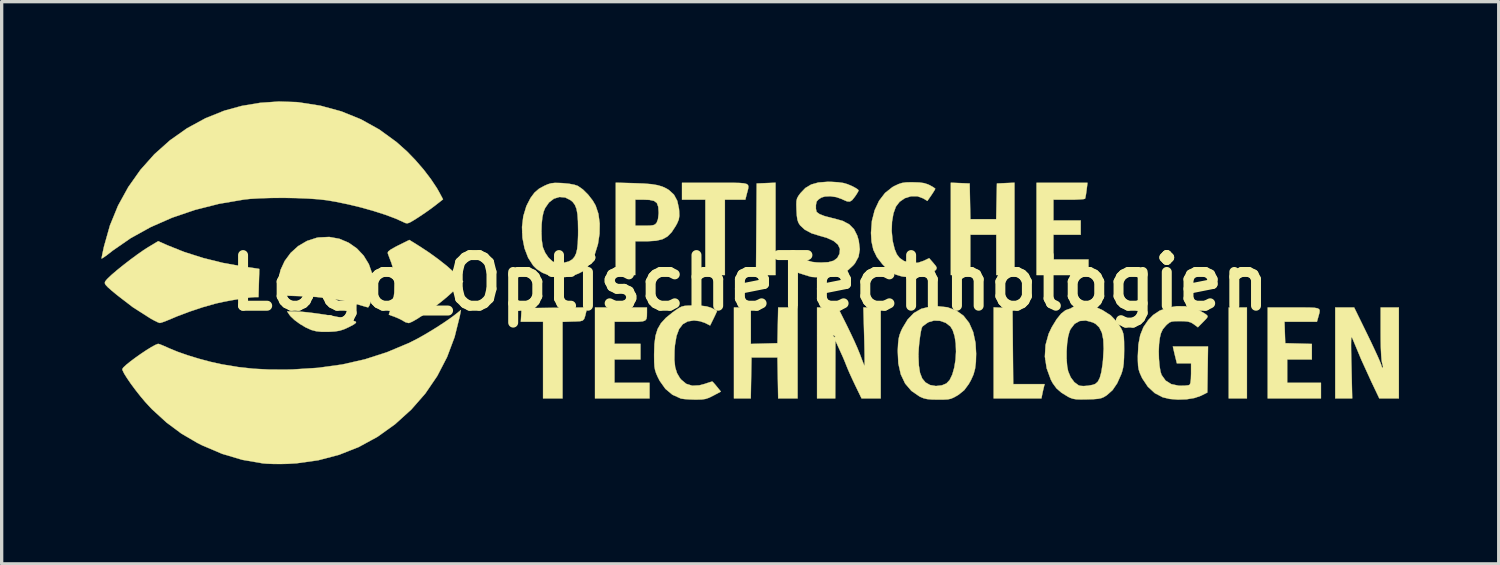
<source format=kicad_pcb>
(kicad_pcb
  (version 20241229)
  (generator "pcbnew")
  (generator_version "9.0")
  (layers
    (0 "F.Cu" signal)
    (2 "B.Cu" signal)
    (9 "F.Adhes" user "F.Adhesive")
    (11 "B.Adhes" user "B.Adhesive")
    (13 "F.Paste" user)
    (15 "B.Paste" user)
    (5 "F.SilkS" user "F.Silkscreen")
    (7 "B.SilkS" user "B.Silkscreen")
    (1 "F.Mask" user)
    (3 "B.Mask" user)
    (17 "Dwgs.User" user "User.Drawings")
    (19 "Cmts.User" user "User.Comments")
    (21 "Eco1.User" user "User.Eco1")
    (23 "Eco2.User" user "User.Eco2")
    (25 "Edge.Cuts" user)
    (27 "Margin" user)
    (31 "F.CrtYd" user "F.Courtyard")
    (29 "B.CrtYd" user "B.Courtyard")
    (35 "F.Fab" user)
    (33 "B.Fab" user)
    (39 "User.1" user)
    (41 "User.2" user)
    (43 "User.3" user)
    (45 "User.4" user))
  (footprint "Logo_OptischeTechnologien"
    (layer "F.Cu")
    (at 19.504 5.46)
    (property "Reference" "Logo_OptischeTechnologien" (at 0 0 0) (layer "F.SilkS") (effects (font (size 1.524 1.524) (thickness 0.3))))
    (attr through_hole)
    (fp_poly (pts (xy 14.966 3.478) (xy 14.419 3.478) (xy 14.419 0.742) (xy 14.966 0.742) (xy 14.966 3.478)) (stroke (width 0.01) (type solid)) (fill yes) (layer "F.SilkS"))
    (fp_poly (pts (xy 0.782 -0.234) (xy 0.194 -0.234) (xy 0.205 -1.612) (xy 0.215 -2.989) (xy 0.782 -3.012) (xy 0.782 -0.234)) (stroke (width 0.01) (type solid)) (fill yes) (layer "F.SilkS"))
    (fp_poly (pts (xy 7.63 0.751) (xy 7.913 0.762) (xy 7.923 1.905) (xy 7.934 3.048) (xy 8.879 3.048) (xy 8.853 3.15) (xy 8.825 3.27) (xy 8.805 3.365) (xy 8.783 3.478) (xy 7.346 3.478) (xy 7.346 0.739) (xy 7.63 0.751)) (stroke (width 0.01) (type solid)) (fill yes) (layer "F.SilkS"))
    (fp_poly (pts (xy 7.972 -0.234) (xy 7.425 -0.234) (xy 7.425 -1.446) (xy 6.643 -1.446) (xy 6.643 -0.234) (xy 6.057 -0.234) (xy 6.057 -3.012) (xy 6.624 -2.989) (xy 6.645 -1.915) (xy 7.422 -1.915) (xy 7.444 -2.989) (xy 7.708 -3.001) (xy 7.972 -3.012) (xy 7.972 -0.234)) (stroke (width 0.01) (type solid)) (fill yes) (layer "F.SilkS"))
    (fp_poly (pts (xy 0.039 1.839) (xy 0.44 1.828) (xy 0.84 1.817) (xy 0.862 0.742) (xy 1.446 0.742) (xy 1.446 3.478) (xy 0.862 3.478) (xy 0.851 2.862) (xy 0.84 2.247) (xy 0.059 2.247) (xy 0.048 2.862) (xy 0.037 3.478) (xy -0.469 3.478) (xy -0.469 0.742) (xy 0.039 0.742) (xy 0.039 1.839)) (stroke (width 0.01) (type solid)) (fill yes) (layer "F.SilkS"))
    (fp_poly (pts (xy -4.91 0.849) (xy -4.946 0.997) (xy -4.977 1.088) (xy -5.021 1.135) (xy -5.098 1.155) (xy -5.225 1.162) (xy -5.307 1.164) (xy -5.627 1.175) (xy -5.627 3.478) (xy -6.213 3.478) (xy -6.213 1.172) (xy -6.882 1.172) (xy -6.87 0.967) (xy -6.858 0.762) (xy -5.87 0.752) (xy -4.883 0.741) (xy -4.91 0.849)) (stroke (width 0.01) (type solid)) (fill yes) (layer "F.SilkS"))
    (fp_poly (pts (xy -0.479 -3.009) (xy -0.298 -3.005) (xy -0.171 -2.994) (xy -0.09 -2.974) (xy -0.047 -2.942) (xy -0.034 -2.895) (xy -0.042 -2.83) (xy -0.064 -2.744) (xy -0.083 -2.675) (xy -0.127 -2.501) (xy -0.742 -2.501) (xy -0.742 -0.234) (xy -1.329 -0.234) (xy -1.329 -2.501) (xy -2.032 -2.501) (xy -2.032 -3.009) (xy -1.036 -3.009) (xy -0.722 -3.009) (xy -0.479 -3.009)) (stroke (width 0.01) (type solid)) (fill yes) (layer "F.SilkS"))
    (fp_poly (pts (xy -3.087 0.896) (xy -3.089 1.008) (xy -3.102 1.085) (xy -3.14 1.133) (xy -3.214 1.159) (xy -3.338 1.17) (xy -3.523 1.172) (xy -3.599 1.172) (xy -4.064 1.172) (xy -4.064 1.837) (xy -3.282 1.837) (xy -3.282 2.306) (xy -4.064 2.306) (xy -4.064 3.009) (xy -3.009 3.009) (xy -3.009 3.478) (xy -4.65 3.478) (xy -4.65 0.742) (xy -3.087 0.742) (xy -3.087 0.896)) (stroke (width 0.01) (type solid)) (fill yes) (layer "F.SilkS"))
    (fp_poly (pts (xy 10.141 -2.784) (xy 10.123 -2.658) (xy 10.105 -2.564) (xy 10.095 -2.53) (xy 10.051 -2.519) (xy 9.945 -2.51) (xy 9.793 -2.503) (xy 9.611 -2.501) (xy 9.144 -2.501) (xy 9.144 -1.876) (xy 9.965 -1.876) (xy 9.965 -1.446) (xy 9.144 -1.446) (xy 9.144 -0.703) (xy 10.199 -0.703) (xy 10.199 -0.234) (xy 8.636 -0.234) (xy 8.636 -3.009) (xy 10.169 -3.009) (xy 10.141 -2.784)) (stroke (width 0.01) (type solid)) (fill yes) (layer "F.SilkS"))
    (fp_poly (pts (xy 16.851 0.744) (xy 16.996 0.751) (xy 17.089 0.766) (xy 17.139 0.794) (xy 17.156 0.837) (xy 17.149 0.899) (xy 17.126 0.984) (xy 17.114 1.026) (xy 17.073 1.172) (xy 16.097 1.172) (xy 16.108 1.495) (xy 16.119 1.817) (xy 16.52 1.828) (xy 16.92 1.839) (xy 16.92 2.306) (xy 16.178 2.306) (xy 16.178 3.009) (xy 17.194 3.009) (xy 17.194 3.478) (xy 15.592 3.478) (xy 15.592 0.742) (xy 16.373 0.742) (xy 16.647 0.742) (xy 16.851 0.744)) (stroke (width 0.01) (type solid)) (fill yes) (layer "F.SilkS"))
    (fp_poly (pts (xy -13.522 0.867) (xy -13.3 0.888) (xy -13.051 0.919) (xy -12.789 0.957) (xy -12.53 1.001) (xy -12.29 1.048) (xy -12.083 1.095) (xy -11.926 1.139) (xy -11.845 1.172) (xy -11.842 1.202) (xy -11.908 1.253) (xy -12.046 1.327) (xy -12.055 1.331) (xy -12.206 1.4) (xy -12.337 1.441) (xy -12.481 1.464) (xy -12.656 1.474) (xy -12.872 1.475) (xy -13.039 1.457) (xy -13.187 1.418) (xy -13.191 1.416) (xy -13.357 1.341) (xy -13.532 1.236) (xy -13.692 1.119) (xy -13.813 1.004) (xy -13.849 0.957) (xy -13.913 0.86) (xy -13.699 0.86) (xy -13.522 0.867)) (stroke (width 0.01) (type solid)) (fill yes) (layer "F.SilkS"))
    (fp_poly (pts (xy -12.343 -1.325) (xy -12.064 -1.207) (xy -11.818 -1.036) (xy -11.612 -0.818) (xy -11.455 -0.561) (xy -11.354 -0.273) (xy -11.316 0.038) (xy -11.332 0.261) (xy -11.363 0.429) (xy -11.4 0.575) (xy -11.439 0.683) (xy -11.473 0.736) (xy -11.483 0.738) (xy -11.53 0.726) (xy -11.632 0.697) (xy -11.769 0.656) (xy -11.808 0.644) (xy -12.189 0.545) (xy -12.592 0.474) (xy -13.034 0.426) (xy -13.49 0.402) (xy -14.143 0.38) (xy -14.169 0.206) (xy -14.176 -0.093) (xy -14.113 -0.384) (xy -13.988 -0.656) (xy -13.808 -0.9) (xy -13.582 -1.105) (xy -13.317 -1.26) (xy -13.021 -1.356) (xy -12.967 -1.365) (xy -12.647 -1.38) (xy -12.343 -1.325)) (stroke (width 0.01) (type solid)) (fill yes) (layer "F.SilkS"))
    (fp_poly (pts (xy 18.59 1.553) (xy 18.705 1.791) (xy 18.809 2.012) (xy 18.897 2.203) (xy 18.963 2.353) (xy 19.002 2.45) (xy 19.01 2.476) (xy 19.033 2.548) (xy 19.056 2.567) (xy 19.056 2.566) (xy 19.06 2.518) (xy 19.039 2.43) (xy 19.035 2.419) (xy 19.019 2.332) (xy 19.007 2.178) (xy 18.997 1.965) (xy 18.992 1.704) (xy 18.991 1.518) (xy 18.991 0.742) (xy 19.538 0.742) (xy 19.538 3.478) (xy 18.95 3.478) (xy 18.713 2.98) (xy 18.407 2.31) (xy 18.144 1.68) (xy 18.127 1.645) (xy 18.115 1.64) (xy 18.106 1.672) (xy 18.102 1.748) (xy 18.1 1.876) (xy 18.102 2.063) (xy 18.107 2.316) (xy 18.112 2.511) (xy 18.134 3.478) (xy 17.624 3.478) (xy 17.624 0.742) (xy 18.193 0.742) (xy 18.59 1.553)) (stroke (width 0.01) (type solid)) (fill yes) (layer "F.SilkS"))
    (fp_poly (pts (xy -9.926 -1.097) (xy -9.639 -0.908) (xy -9.355 -0.702) (xy -9.093 -0.494) (xy -8.875 -0.299) (xy -8.812 -0.237) (xy -8.618 -0.037) (xy -8.952 0.288) (xy -9.096 0.418) (xy -9.269 0.562) (xy -9.459 0.709) (xy -9.653 0.852) (xy -9.841 0.981) (xy -10.009 1.089) (xy -10.146 1.167) (xy -10.239 1.207) (xy -10.261 1.21) (xy -10.352 1.186) (xy -10.411 1.152) (xy -10.492 1.105) (xy -10.611 1.05) (xy -10.665 1.029) (xy -10.77 0.99) (xy -10.839 0.964) (xy -10.853 0.958) (xy -10.844 0.922) (xy -10.813 0.835) (xy -10.776 0.74) (xy -10.72 0.537) (xy -10.689 0.286) (xy -10.683 0.013) (xy -10.701 -0.256) (xy -10.744 -0.494) (xy -10.779 -0.606) (xy -10.83 -0.737) (xy -10.87 -0.845) (xy -10.888 -0.899) (xy -10.872 -0.942) (xy -10.798 -1) (xy -10.659 -1.079) (xy -10.572 -1.124) (xy -10.237 -1.29) (xy -9.926 -1.097)) (stroke (width 0.01) (type solid)) (fill yes) (layer "F.SilkS"))
    (fp_poly (pts (xy -3.468 -2.998) (xy -3.177 -2.987) (xy -2.949 -2.968) (xy -2.769 -2.938) (xy -2.623 -2.895) (xy -2.496 -2.835) (xy -2.424 -2.79) (xy -2.274 -2.652) (xy -2.175 -2.468) (xy -2.123 -2.227) (xy -2.118 -2.162) (xy -2.113 -2.013) (xy -2.13 -1.903) (xy -2.178 -1.79) (xy -2.222 -1.71) (xy -2.343 -1.524) (xy -2.471 -1.394) (xy -2.622 -1.311) (xy -2.813 -1.266) (xy -3.06 -1.251) (xy -3.105 -1.25) (xy -3.439 -1.25) (xy -3.439 -0.234) (xy -4.025 -0.234) (xy -4.025 -2.501) (xy -3.439 -2.501) (xy -3.439 -1.719) (xy -3.148 -1.719) (xy -2.994 -1.722) (xy -2.898 -1.734) (xy -2.84 -1.759) (xy -2.799 -1.803) (xy -2.796 -1.806) (xy -2.755 -1.914) (xy -2.736 -2.076) (xy -2.735 -2.119) (xy -2.747 -2.288) (xy -2.788 -2.4) (xy -2.873 -2.465) (xy -3.012 -2.495) (xy -3.165 -2.501) (xy -3.439 -2.501) (xy -4.025 -2.501) (xy -4.025 -3.013) (xy -3.468 -2.998)) (stroke (width 0.01) (type solid)) (fill yes) (layer "F.SilkS"))
    (fp_poly (pts (xy 2.934 1.295) (xy 3.041 1.516) (xy 3.147 1.741) (xy 3.24 1.95) (xy 3.31 2.12) (xy 3.327 2.163) (xy 3.381 2.308) (xy 3.426 2.422) (xy 3.454 2.487) (xy 3.459 2.495) (xy 3.462 2.462) (xy 3.463 2.362) (xy 3.462 2.205) (xy 3.459 2.003) (xy 3.454 1.765) (xy 3.45 1.626) (xy 3.426 0.742) (xy 3.947 0.742) (xy 3.947 3.478) (xy 3.371 3.478) (xy 3.186 3.097) (xy 3.1 2.915) (xy 3.018 2.737) (xy 2.953 2.587) (xy 2.926 2.52) (xy 2.883 2.412) (xy 2.843 2.314) (xy 2.796 2.205) (xy 2.732 2.064) (xy 2.664 1.915) (xy 2.584 1.739) (xy 2.582 2.608) (xy 2.579 3.478) (xy 2.032 3.478) (xy 2.032 1.574) (xy 2.507 1.574) (xy 2.517 1.596) (xy 2.556 1.638) (xy 2.579 1.629) (xy 2.579 1.624) (xy 2.551 1.591) (xy 2.534 1.579) (xy 2.507 1.574) (xy 2.032 1.574) (xy 2.032 0.742) (xy 2.657 0.742) (xy 2.934 1.295)) (stroke (width 0.01) (type solid)) (fill yes) (layer "F.SilkS"))
    (fp_poly (pts (xy -17.527 -1.134) (xy -17.009 -0.927) (xy -16.44 -0.746) (xy -15.846 -0.599) (xy -15.251 -0.492) (xy -15.203 -0.485) (xy -15.027 -0.46) (xy -14.882 -0.439) (xy -14.786 -0.424) (xy -14.752 -0.417) (xy -14.753 -0.378) (xy -14.755 -0.277) (xy -14.76 -0.13) (xy -14.764 0.01) (xy -14.776 0.43) (xy -14.881 0.43) (xy -15.002 0.438) (xy -15.179 0.46) (xy -15.391 0.492) (xy -15.617 0.531) (xy -15.836 0.573) (xy -16.027 0.615) (xy -16.08 0.628) (xy -16.453 0.734) (xy -16.846 0.865) (xy -17.221 1.006) (xy -17.395 1.08) (xy -17.54 1.14) (xy -17.66 1.185) (xy -17.736 1.207) (xy -17.747 1.208) (xy -17.806 1.187) (xy -17.909 1.137) (xy -18.033 1.068) (xy -18.556 0.734) (xy -19.034 0.367) (xy -19.2 0.229) (xy -19.312 0.13) (xy -19.377 0.06) (xy -19.401 0.007) (xy -19.39 -0.039) (xy -19.351 -0.089) (xy -19.32 -0.123) (xy -19.203 -0.235) (xy -19.037 -0.377) (xy -18.84 -0.536) (xy -18.629 -0.699) (xy -18.419 -0.854) (xy -18.229 -0.986) (xy -18.104 -1.066) (xy -17.793 -1.253) (xy -17.527 -1.134)) (stroke (width 0.01) (type solid)) (fill yes) (layer "F.SilkS"))
    (fp_poly (pts (xy 4.921 -3.025) (xy 5.113 -3.019) (xy 5.254 -2.999) (xy 5.368 -2.962) (xy 5.422 -2.937) (xy 5.519 -2.883) (xy 5.579 -2.841) (xy 5.588 -2.83) (xy 5.568 -2.788) (xy 5.515 -2.704) (xy 5.47 -2.636) (xy 5.351 -2.464) (xy 5.225 -2.541) (xy 5.051 -2.605) (xy 4.861 -2.605) (xy 4.676 -2.548) (xy 4.515 -2.438) (xy 4.404 -2.293) (xy 4.33 -2.089) (xy 4.287 -1.837) (xy 4.277 -1.562) (xy 4.303 -1.288) (xy 4.314 -1.228) (xy 4.368 -1.011) (xy 4.432 -0.857) (xy 4.517 -0.747) (xy 4.632 -0.666) (xy 4.653 -0.655) (xy 4.855 -0.594) (xy 5.072 -0.605) (xy 5.244 -0.664) (xy 5.405 -0.741) (xy 5.532 -0.595) (xy 5.606 -0.505) (xy 5.632 -0.45) (xy 5.618 -0.406) (xy 5.599 -0.382) (xy 5.473 -0.29) (xy 5.292 -0.221) (xy 5.076 -0.179) (xy 4.845 -0.166) (xy 4.62 -0.187) (xy 4.561 -0.199) (xy 4.393 -0.251) (xy 4.25 -0.328) (xy 4.108 -0.447) (xy 3.995 -0.564) (xy 3.832 -0.774) (xy 3.726 -0.993) (xy 3.67 -1.243) (xy 3.655 -1.504) (xy 3.682 -1.861) (xy 3.765 -2.185) (xy 3.898 -2.469) (xy 4.077 -2.703) (xy 4.297 -2.878) (xy 4.356 -2.911) (xy 4.481 -2.97) (xy 4.589 -3.005) (xy 4.707 -3.022) (xy 4.867 -3.026) (xy 4.921 -3.025)) (stroke (width 0.01) (type solid)) (fill yes) (layer "F.SilkS"))
    (fp_poly (pts (xy -13.63 -5.438) (xy -13.579 -5.433) (xy -12.911 -5.329) (xy -12.282 -5.158) (xy -11.692 -4.919) (xy -11.14 -4.612) (xy -10.625 -4.237) (xy -10.303 -3.95) (xy -10.051 -3.689) (xy -9.807 -3.407) (xy -9.589 -3.121) (xy -9.41 -2.853) (xy -9.341 -2.732) (xy -9.223 -2.512) (xy -9.449 -2.335) (xy -9.591 -2.228) (xy -9.768 -2.103) (xy -9.944 -1.985) (xy -9.982 -1.96) (xy -10.127 -1.869) (xy -10.224 -1.814) (xy -10.289 -1.791) (xy -10.34 -1.794) (xy -10.395 -1.817) (xy -10.403 -1.821) (xy -10.647 -1.932) (xy -10.953 -2.047) (xy -11.303 -2.159) (xy -11.68 -2.266) (xy -12.068 -2.36) (xy -12.45 -2.439) (xy -12.72 -2.485) (xy -12.975 -2.514) (xy -13.289 -2.536) (xy -13.64 -2.55) (xy -14.009 -2.556) (xy -14.376 -2.554) (xy -14.721 -2.544) (xy -15.024 -2.526) (xy -15.21 -2.506) (xy -15.961 -2.378) (xy -16.685 -2.195) (xy -17.375 -1.96) (xy -18.022 -1.676) (xy -18.619 -1.346) (xy -19.157 -0.974) (xy -19.209 -0.933) (xy -19.333 -0.837) (xy -19.431 -0.767) (xy -19.488 -0.733) (xy -19.499 -0.732) (xy -19.49 -0.781) (xy -19.469 -0.888) (xy -19.438 -1.032) (xy -19.423 -1.099) (xy -19.246 -1.726) (xy -19.002 -2.322) (xy -18.694 -2.881) (xy -18.328 -3.399) (xy -17.908 -3.87) (xy -17.438 -4.289) (xy -16.923 -4.652) (xy -16.367 -4.954) (xy -15.806 -5.179) (xy -15.281 -5.323) (xy -14.726 -5.416) (xy -14.167 -5.455) (xy -13.63 -5.438)) (stroke (width 0.01) (type solid)) (fill yes) (layer "F.SilkS"))
    (fp_poly (pts (xy -1.453 0.69) (xy -1.296 0.709) (xy -1.171 0.746) (xy -1.142 0.758) (xy -1.044 0.805) (xy -0.985 0.838) (xy -0.977 0.845) (xy -0.993 0.884) (xy -1.034 0.973) (xy -1.081 1.071) (xy -1.186 1.284) (xy -1.334 1.209) (xy -1.491 1.155) (xy -1.668 1.133) (xy -1.676 1.133) (xy -1.861 1.161) (xy -2.008 1.245) (xy -2.12 1.391) (xy -2.198 1.6) (xy -2.245 1.878) (xy -2.257 2.041) (xy -2.261 2.32) (xy -2.238 2.54) (xy -2.183 2.717) (xy -2.095 2.867) (xy -2.056 2.914) (xy -1.905 3.04) (xy -1.724 3.096) (xy -1.51 3.085) (xy -1.359 3.045) (xy -1.239 3.005) (xy -1.152 2.978) (xy -1.121 2.97) (xy -1.091 2.998) (xy -1.029 3.068) (xy -0.985 3.122) (xy -0.863 3.273) (xy -1.092 3.395) (xy -1.216 3.457) (xy -1.321 3.493) (xy -1.436 3.51) (xy -1.591 3.514) (xy -1.647 3.514) (xy -1.812 3.508) (xy -1.957 3.498) (xy -2.057 3.484) (xy -2.071 3.48) (xy -2.321 3.367) (xy -2.531 3.191) (xy -2.704 2.948) (xy -2.763 2.833) (xy -2.811 2.723) (xy -2.842 2.627) (xy -2.861 2.521) (xy -2.869 2.386) (xy -2.871 2.199) (xy -2.871 2.149) (xy -2.862 1.841) (xy -2.829 1.593) (xy -2.766 1.39) (xy -2.665 1.216) (xy -2.517 1.054) (xy -2.314 0.889) (xy -2.213 0.817) (xy -2.119 0.754) (xy -2.04 0.715) (xy -1.953 0.694) (xy -1.834 0.685) (xy -1.665 0.684) (xy -1.453 0.69)) (stroke (width 0.01) (type solid)) (fill yes) (layer "F.SilkS"))
    (fp_poly (pts (xy -8.717 0.994) (xy -8.875 1.631) (xy -9.102 2.235) (xy -9.397 2.804) (xy -9.757 3.332) (xy -10.177 3.812) (xy -10.669 4.257) (xy -11.196 4.634) (xy -11.758 4.94) (xy -12.352 5.175) (xy -12.977 5.339) (xy -13.632 5.431) (xy -13.896 5.447) (xy -14.114 5.452) (xy -14.337 5.45) (xy -14.534 5.442) (xy -14.643 5.433) (xy -15.262 5.326) (xy -15.869 5.146) (xy -16.471 4.89) (xy -16.612 4.819) (xy -17.095 4.537) (xy -17.544 4.203) (xy -17.977 3.807) (xy -18.042 3.739) (xy -18.183 3.586) (xy -18.331 3.41) (xy -18.477 3.225) (xy -18.613 3.042) (xy -18.728 2.874) (xy -18.816 2.734) (xy -18.866 2.632) (xy -18.874 2.597) (xy -18.843 2.549) (xy -18.758 2.469) (xy -18.634 2.369) (xy -18.483 2.256) (xy -18.319 2.14) (xy -18.156 2.031) (xy -18.006 1.938) (xy -17.884 1.871) (xy -17.803 1.838) (xy -17.79 1.837) (xy -17.739 1.852) (xy -17.637 1.893) (xy -17.503 1.952) (xy -17.462 1.971) (xy -17.209 2.075) (xy -16.903 2.182) (xy -16.566 2.285) (xy -16.222 2.377) (xy -15.895 2.45) (xy -15.862 2.456) (xy -15.391 2.534) (xy -14.927 2.585) (xy -14.446 2.61) (xy -13.923 2.611) (xy -13.756 2.607) (xy -12.984 2.558) (xy -12.26 2.458) (xy -11.573 2.302) (xy -10.911 2.089) (xy -10.26 1.816) (xy -10.18 1.777) (xy -9.947 1.657) (xy -9.683 1.505) (xy -9.409 1.337) (xy -9.148 1.166) (xy -8.921 1.006) (xy -8.807 0.917) (xy -8.685 0.818) (xy -8.717 0.994)) (stroke (width 0.01) (type solid)) (fill yes) (layer "F.SilkS"))
    (fp_poly (pts (xy 13.125 0.707) (xy 13.374 0.761) (xy 13.462 0.797) (xy 13.588 0.861) (xy 13.694 0.923) (xy 13.736 0.951) (xy 13.776 0.988) (xy 13.783 1.023) (xy 13.748 1.075) (xy 13.664 1.163) (xy 13.652 1.175) (xy 13.491 1.338) (xy 13.366 1.245) (xy 13.284 1.195) (xy 13.194 1.167) (xy 13.07 1.155) (xy 12.951 1.153) (xy 12.8 1.155) (xy 12.702 1.167) (xy 12.632 1.196) (xy 12.565 1.251) (xy 12.525 1.29) (xy 12.434 1.4) (xy 12.377 1.524) (xy 12.345 1.661) (xy 12.322 1.848) (xy 12.313 2.065) (xy 12.319 2.289) (xy 12.337 2.499) (xy 12.366 2.672) (xy 12.399 2.774) (xy 12.52 2.942) (xy 12.691 3.049) (xy 12.91 3.095) (xy 12.966 3.097) (xy 13.098 3.094) (xy 13.2 3.083) (xy 13.241 3.071) (xy 13.266 3.016) (xy 13.281 2.894) (xy 13.286 2.733) (xy 13.286 2.423) (xy 12.859 2.423) (xy 12.823 2.276) (xy 12.791 2.147) (xy 12.764 2.03) (xy 12.762 2.022) (xy 12.738 1.915) (xy 13.796 1.915) (xy 13.785 2.608) (xy 13.775 3.302) (xy 13.579 3.4) (xy 13.387 3.466) (xy 13.149 3.505) (xy 12.891 3.514) (xy 12.642 3.494) (xy 12.433 3.444) (xy 12.194 3.319) (xy 11.986 3.127) (xy 11.819 2.878) (xy 11.797 2.833) (xy 11.744 2.715) (xy 11.71 2.611) (xy 11.692 2.497) (xy 11.685 2.347) (xy 11.684 2.205) (xy 11.701 1.861) (xy 11.756 1.574) (xy 11.853 1.332) (xy 11.998 1.12) (xy 12.145 0.969) (xy 12.343 0.837) (xy 12.587 0.748) (xy 12.855 0.703) (xy 13.125 0.707)) (stroke (width 0.01) (type solid)) (fill yes) (layer "F.SilkS"))
    (fp_poly (pts (xy -5.71 -3.004) (xy -5.627 -3) (xy -5.431 -2.981) (xy -5.268 -2.95) (xy -5.168 -2.916) (xy -5.015 -2.81) (xy -4.858 -2.654) (xy -4.718 -2.474) (xy -4.631 -2.325) (xy -4.548 -2.077) (xy -4.509 -1.787) (xy -4.514 -1.475) (xy -4.561 -1.166) (xy -4.65 -0.879) (xy -4.679 -0.811) (xy -4.787 -0.602) (xy -4.891 -0.454) (xy -5.008 -0.35) (xy -5.154 -0.276) (xy -5.273 -0.235) (xy -5.53 -0.175) (xy -5.752 -0.164) (xy -5.962 -0.2) (xy -5.998 -0.211) (xy -6.232 -0.303) (xy -6.407 -0.416) (xy -6.508 -0.516) (xy -6.662 -0.755) (xy -6.771 -1.04) (xy -6.833 -1.355) (xy -6.84 -1.522) (xy -6.262 -1.522) (xy -6.253 -1.295) (xy -6.226 -1.106) (xy -6.217 -1.067) (xy -6.151 -0.908) (xy -6.052 -0.761) (xy -5.938 -0.653) (xy -5.884 -0.622) (xy -5.75 -0.595) (xy -5.59 -0.603) (xy -5.438 -0.643) (xy -5.333 -0.705) (xy -5.267 -0.782) (xy -5.219 -0.882) (xy -5.187 -1.015) (xy -5.168 -1.194) (xy -5.159 -1.433) (xy -5.158 -1.578) (xy -5.163 -1.855) (xy -5.178 -2.066) (xy -5.207 -2.225) (xy -5.254 -2.342) (xy -5.32 -2.432) (xy -5.377 -2.481) (xy -5.545 -2.568) (xy -5.719 -2.583) (xy -5.886 -2.532) (xy -6.034 -2.419) (xy -6.151 -2.25) (xy -6.196 -2.141) (xy -6.234 -1.973) (xy -6.256 -1.758) (xy -6.262 -1.522) (xy -6.84 -1.522) (xy -6.846 -1.682) (xy -6.808 -2.002) (xy -6.718 -2.299) (xy -6.701 -2.337) (xy -6.589 -2.554) (xy -6.473 -2.711) (xy -6.337 -2.829) (xy -6.186 -2.913) (xy -6.067 -2.966) (xy -5.967 -2.995) (xy -5.857 -3.007) (xy -5.71 -3.004)) (stroke (width 0.01) (type solid)) (fill yes) (layer "F.SilkS"))
    (fp_poly (pts (xy 5.955 0.736) (xy 6.219 0.832) (xy 6.437 0.989) (xy 6.608 1.206) (xy 6.729 1.48) (xy 6.8 1.809) (xy 6.818 2.13) (xy 6.811 2.384) (xy 6.786 2.586) (xy 6.739 2.759) (xy 6.662 2.929) (xy 6.595 3.048) (xy 6.462 3.228) (xy 6.295 3.364) (xy 6.254 3.39) (xy 6.149 3.449) (xy 6.061 3.487) (xy 5.966 3.507) (xy 5.841 3.514) (xy 5.668 3.515) (xy 5.478 3.511) (xy 5.342 3.498) (xy 5.237 3.473) (xy 5.137 3.431) (xy 5.114 3.419) (xy 4.869 3.25) (xy 4.681 3.029) (xy 4.551 2.754) (xy 4.477 2.426) (xy 4.466 2.188) (xy 5.082 2.188) (xy 5.094 2.483) (xy 5.13 2.71) (xy 5.196 2.879) (xy 5.294 2.997) (xy 5.427 3.073) (xy 5.435 3.076) (xy 5.607 3.106) (xy 5.788 3.085) (xy 5.924 3.028) (xy 6.022 2.924) (xy 6.101 2.76) (xy 6.16 2.552) (xy 6.198 2.317) (xy 6.213 2.071) (xy 6.205 1.829) (xy 6.172 1.609) (xy 6.113 1.426) (xy 6.045 1.314) (xy 5.904 1.204) (xy 5.73 1.143) (xy 5.549 1.136) (xy 5.383 1.185) (xy 5.33 1.219) (xy 5.251 1.278) (xy 5.204 1.314) (xy 5.201 1.316) (xy 5.178 1.367) (xy 5.153 1.478) (xy 5.129 1.63) (xy 5.107 1.804) (xy 5.091 1.982) (xy 5.083 2.146) (xy 5.082 2.188) (xy 4.466 2.188) (xy 4.46 2.045) (xy 4.461 2.018) (xy 4.471 1.823) (xy 4.487 1.681) (xy 4.515 1.565) (xy 4.56 1.45) (xy 4.6 1.365) (xy 4.759 1.102) (xy 4.944 0.91) (xy 5.165 0.783) (xy 5.429 0.717) (xy 5.646 0.703) (xy 5.955 0.736)) (stroke (width 0.01) (type solid)) (fill yes) (layer "F.SilkS"))
    (fp_poly (pts (xy 10.235 0.707) (xy 10.365 0.724) (xy 10.482 0.759) (xy 10.616 0.82) (xy 10.62 0.822) (xy 10.867 0.979) (xy 11.061 1.181) (xy 11.186 1.379) (xy 11.223 1.457) (xy 11.248 1.537) (xy 11.263 1.637) (xy 11.27 1.774) (xy 11.272 1.966) (xy 11.272 2.032) (xy 11.268 2.259) (xy 11.258 2.429) (xy 11.239 2.563) (xy 11.208 2.682) (xy 11.184 2.752) (xy 11.063 3.023) (xy 10.923 3.229) (xy 10.753 3.38) (xy 10.739 3.39) (xy 10.659 3.439) (xy 10.581 3.471) (xy 10.487 3.49) (xy 10.355 3.501) (xy 10.165 3.507) (xy 10.163 3.507) (xy 9.969 3.51) (xy 9.832 3.505) (xy 9.733 3.489) (xy 9.651 3.461) (xy 9.593 3.433) (xy 9.388 3.308) (xy 9.238 3.178) (xy 9.124 3.022) (xy 9.067 2.917) (xy 8.941 2.572) (xy 8.887 2.22) (xy 8.896 2.061) (xy 9.541 2.061) (xy 9.541 2.299) (xy 9.558 2.514) (xy 9.587 2.661) (xy 9.664 2.844) (xy 9.773 2.99) (xy 9.898 3.082) (xy 9.945 3.099) (xy 10.053 3.107) (xy 10.195 3.095) (xy 10.331 3.069) (xy 10.404 3.042) (xy 10.479 2.976) (xy 10.539 2.86) (xy 10.586 2.686) (xy 10.623 2.446) (xy 10.636 2.323) (xy 10.656 1.984) (xy 10.645 1.712) (xy 10.602 1.5) (xy 10.523 1.342) (xy 10.409 1.233) (xy 10.33 1.192) (xy 10.118 1.134) (xy 9.934 1.149) (xy 9.781 1.234) (xy 9.663 1.388) (xy 9.631 1.455) (xy 9.587 1.613) (xy 9.556 1.824) (xy 9.541 2.061) (xy 8.896 2.061) (xy 8.907 1.871) (xy 9 1.534) (xy 9.094 1.336) (xy 9.242 1.094) (xy 9.378 0.926) (xy 9.504 0.828) (xy 9.575 0.801) (xy 9.664 0.772) (xy 9.712 0.739) (xy 9.759 0.723) (xy 9.864 0.71) (xy 10.008 0.704) (xy 10.058 0.703) (xy 10.235 0.707)) (stroke (width 0.01) (type solid)) (fill yes) (layer "F.SilkS"))
    (fp_poly (pts (xy 2.462 -3.038) (xy 2.664 -3.026) (xy 2.816 -3.005) (xy 2.946 -2.968) (xy 3.058 -2.922) (xy 3.174 -2.863) (xy 3.255 -2.812) (xy 3.282 -2.782) (xy 3.261 -2.733) (xy 3.207 -2.645) (xy 3.163 -2.583) (xy 3.087 -2.488) (xy 3.018 -2.445) (xy 2.936 -2.45) (xy 2.815 -2.501) (xy 2.771 -2.523) (xy 2.611 -2.579) (xy 2.433 -2.605) (xy 2.266 -2.597) (xy 2.16 -2.565) (xy 2.071 -2.505) (xy 2.018 -2.444) (xy 2.017 -2.441) (xy 1.997 -2.34) (xy 1.997 -2.225) (xy 2.017 -2.139) (xy 2.023 -2.129) (xy 2.105 -2.068) (xy 2.261 -2.007) (xy 2.487 -1.948) (xy 2.544 -1.936) (xy 2.805 -1.862) (xy 3.001 -1.758) (xy 3.143 -1.614) (xy 3.241 -1.421) (xy 3.287 -1.263) (xy 3.317 -1.007) (xy 3.28 -0.785) (xy 3.173 -0.588) (xy 3.12 -0.525) (xy 2.948 -0.367) (xy 2.764 -0.261) (xy 2.547 -0.199) (xy 2.277 -0.173) (xy 2.273 -0.173) (xy 2.109 -0.169) (xy 1.968 -0.171) (xy 1.873 -0.177) (xy 1.856 -0.18) (xy 1.768 -0.205) (xy 1.646 -0.243) (xy 1.511 -0.286) (xy 1.387 -0.327) (xy 1.294 -0.359) (xy 1.255 -0.375) (xy 1.258 -0.418) (xy 1.287 -0.505) (xy 1.332 -0.613) (xy 1.382 -0.717) (xy 1.427 -0.794) (xy 1.453 -0.821) (xy 1.506 -0.802) (xy 1.6 -0.755) (xy 1.667 -0.717) (xy 1.776 -0.661) (xy 1.885 -0.629) (xy 2.023 -0.614) (xy 2.149 -0.61) (xy 2.372 -0.621) (xy 2.532 -0.666) (xy 2.64 -0.748) (xy 2.707 -0.873) (xy 2.708 -0.874) (xy 2.721 -1.021) (xy 2.659 -1.151) (xy 2.525 -1.263) (xy 2.319 -1.356) (xy 2.13 -1.409) (xy 1.867 -1.49) (xy 1.66 -1.601) (xy 1.52 -1.732) (xy 1.471 -1.809) (xy 1.441 -1.898) (xy 1.423 -2.021) (xy 1.413 -2.19) (xy 1.408 -2.354) (xy 1.412 -2.463) (xy 1.431 -2.542) (xy 1.47 -2.614) (xy 1.532 -2.698) (xy 1.68 -2.853) (xy 1.856 -2.958) (xy 2.073 -3.019) (xy 2.344 -3.039) (xy 2.462 -3.038)) (stroke (width 0.01) (type solid)) (fill yes) (layer "F.SilkS")))
  (gr_rect
    (start -3 -3)
    (end 42.047 13.917)
    (stroke (width 0.1) (type default))
    (fill no)
    (layer "Edge.Cuts")))
</source>
